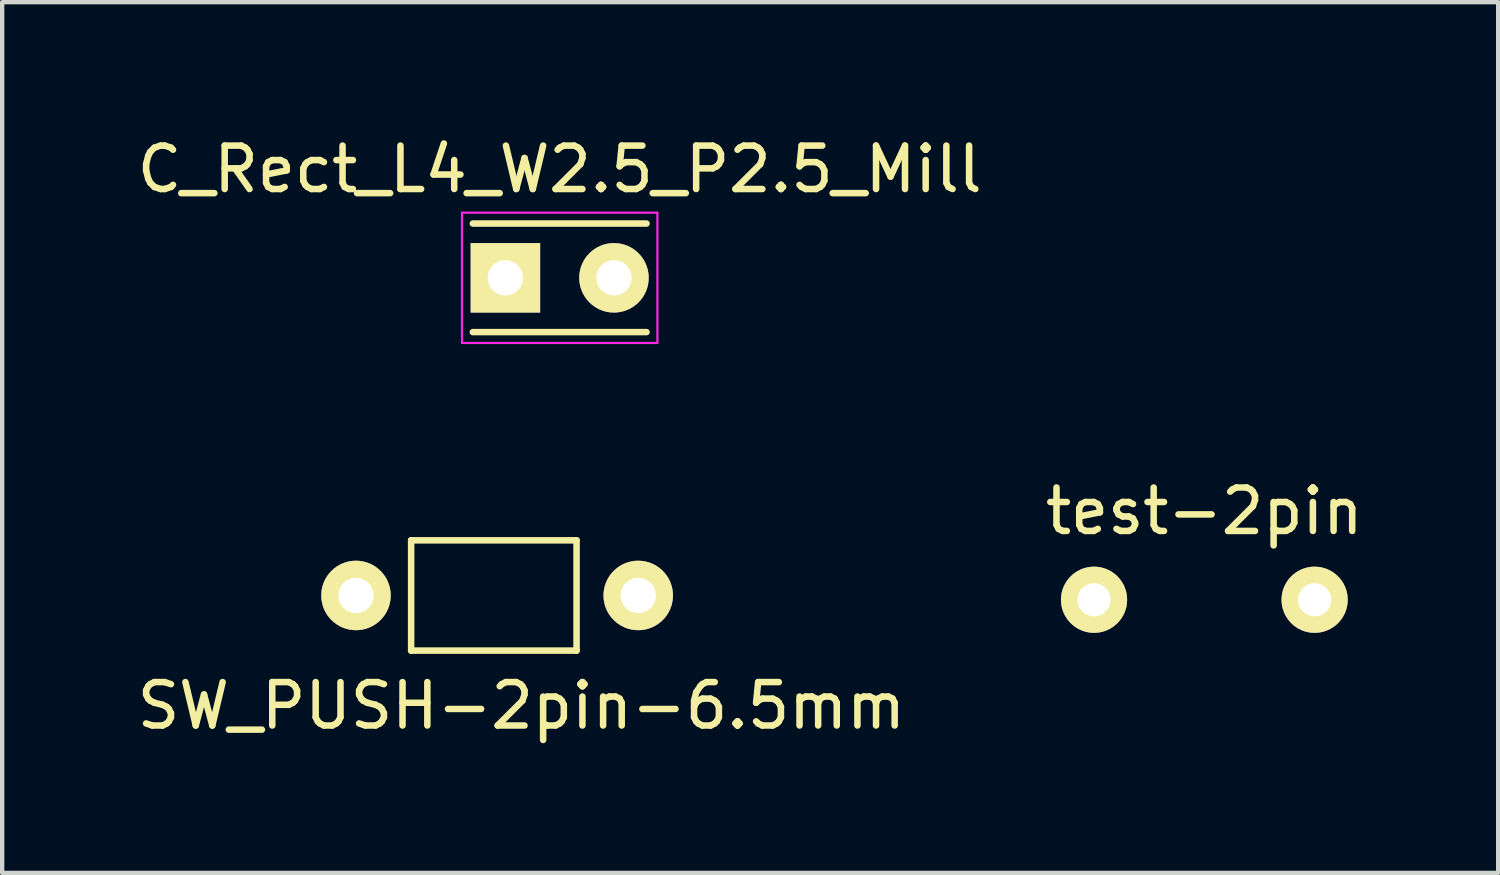
<source format=kicad_pcb>
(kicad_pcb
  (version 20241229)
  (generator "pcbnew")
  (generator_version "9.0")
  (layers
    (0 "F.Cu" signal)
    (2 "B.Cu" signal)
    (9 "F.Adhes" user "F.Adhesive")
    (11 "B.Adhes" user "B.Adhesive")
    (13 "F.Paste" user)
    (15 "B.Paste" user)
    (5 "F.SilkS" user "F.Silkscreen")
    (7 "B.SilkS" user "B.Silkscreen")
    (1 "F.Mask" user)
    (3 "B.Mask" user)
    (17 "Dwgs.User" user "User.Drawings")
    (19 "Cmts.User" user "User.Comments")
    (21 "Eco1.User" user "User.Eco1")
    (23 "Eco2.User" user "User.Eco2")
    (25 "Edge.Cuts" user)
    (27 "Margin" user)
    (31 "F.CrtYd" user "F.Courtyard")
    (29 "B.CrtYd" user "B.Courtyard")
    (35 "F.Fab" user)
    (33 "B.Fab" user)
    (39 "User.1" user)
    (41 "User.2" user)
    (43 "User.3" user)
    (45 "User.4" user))
  (footprint "SW_PUSH-2pin-6.5mm"
    (layer "F.Cu")
    (at 5.148 8.123)
    (property "Reference" "SW_PUSH-2pin-6.5mm" (at 3.81 5.08 0) (layer "F.SilkS") (effects (font (size 1 1) (thickness 0.15))))
    (attr through_hole)
    (fp_line (start 1.27 1.27) (end 1.27 3.81) (stroke (width 0.15) (type solid)) (layer "F.SilkS"))
    (fp_line (start 1.27 3.81) (end 5.08 3.81) (stroke (width 0.15) (type solid)) (layer "F.SilkS"))
    (fp_line (start 5.08 1.27) (end 1.27 1.27) (stroke (width 0.15) (type solid)) (layer "F.SilkS"))
    (fp_line (start 5.08 3.81) (end 5.08 1.27) (stroke (width 0.15) (type solid)) (layer "F.SilkS"))
    (pad "1" thru_hole circle (at 0 2.54) (size 1.6 1.6) (drill 0.813) (layers "*.Cu" "*.Mask" "F.SilkS"))
    (pad "2" thru_hole circle (at 6.5 2.54) (size 1.6 1.6) (drill 0.813) (layers "*.Cu" "*.Mask" "F.SilkS")))
  (footprint "C_Rect_L4_W2.5_P2.5_Mill"
    (layer "F.Cu")
    (at 8.589 3.348)
    (property "Reference" "C_Rect_L4_W2.5_P2.5_Mill" (at 1.25 -2.5 0) (layer "F.SilkS") (effects (font (size 1 1) (thickness 0.15))))
    (attr through_hole)
    (fp_line (start -0.75 -1.25) (end 3.25 -1.25) (stroke (width 0.15) (type solid)) (layer "F.SilkS"))
    (fp_line (start -0.75 1.25) (end 3.25 1.25) (stroke (width 0.15) (type solid)) (layer "F.SilkS"))
    (fp_line (start -1 -1.5) (end 3.5 -1.5) (stroke (width 0.05) (type solid)) (layer "F.CrtYd"))
    (fp_line (start -1 1.5) (end -1 -1.5) (stroke (width 0.05) (type solid)) (layer "F.CrtYd"))
    (fp_line (start 3.5 -1.5) (end 3.5 1.5) (stroke (width 0.05) (type solid)) (layer "F.CrtYd"))
    (fp_line (start 3.5 1.5) (end -1 1.5) (stroke (width 0.05) (type solid)) (layer "F.CrtYd"))
    (pad "1" thru_hole rect (at 0 0) (size 1.6 1.6) (drill 0.813) (layers "*.Cu" "*.Mask" "F.SilkS"))
    (pad "2" thru_hole circle (at 2.5 0) (size 1.6 1.6) (drill 0.813) (layers "*.Cu" "*.Mask" "F.SilkS")))
  (footprint "test-2pin"
    (layer "F.Cu")
    (at 24.685 8.222)
    (property "Reference" "test-2pin" (at 0 0.5 0) (layer "F.SilkS") (effects (font (size 1 1) (thickness 0.15))))
    (attr through_hole)
    (pad "1" thru_hole circle (at -2.54 2.54) (size 1.524 1.524) (drill 0.762) (layers "*.Cu" "*.Mask" "F.SilkS"))
    (pad "2" thru_hole circle (at 2.54 2.54) (size 1.524 1.524) (drill 0.762) (layers "*.Cu" "*.Mask" "F.SilkS")))
  (gr_rect
    (start -3 -3)
    (end 31.452 17.052)
    (stroke (width 0.1) (type default))
    (fill no)
    (layer "Edge.Cuts")))
</source>
